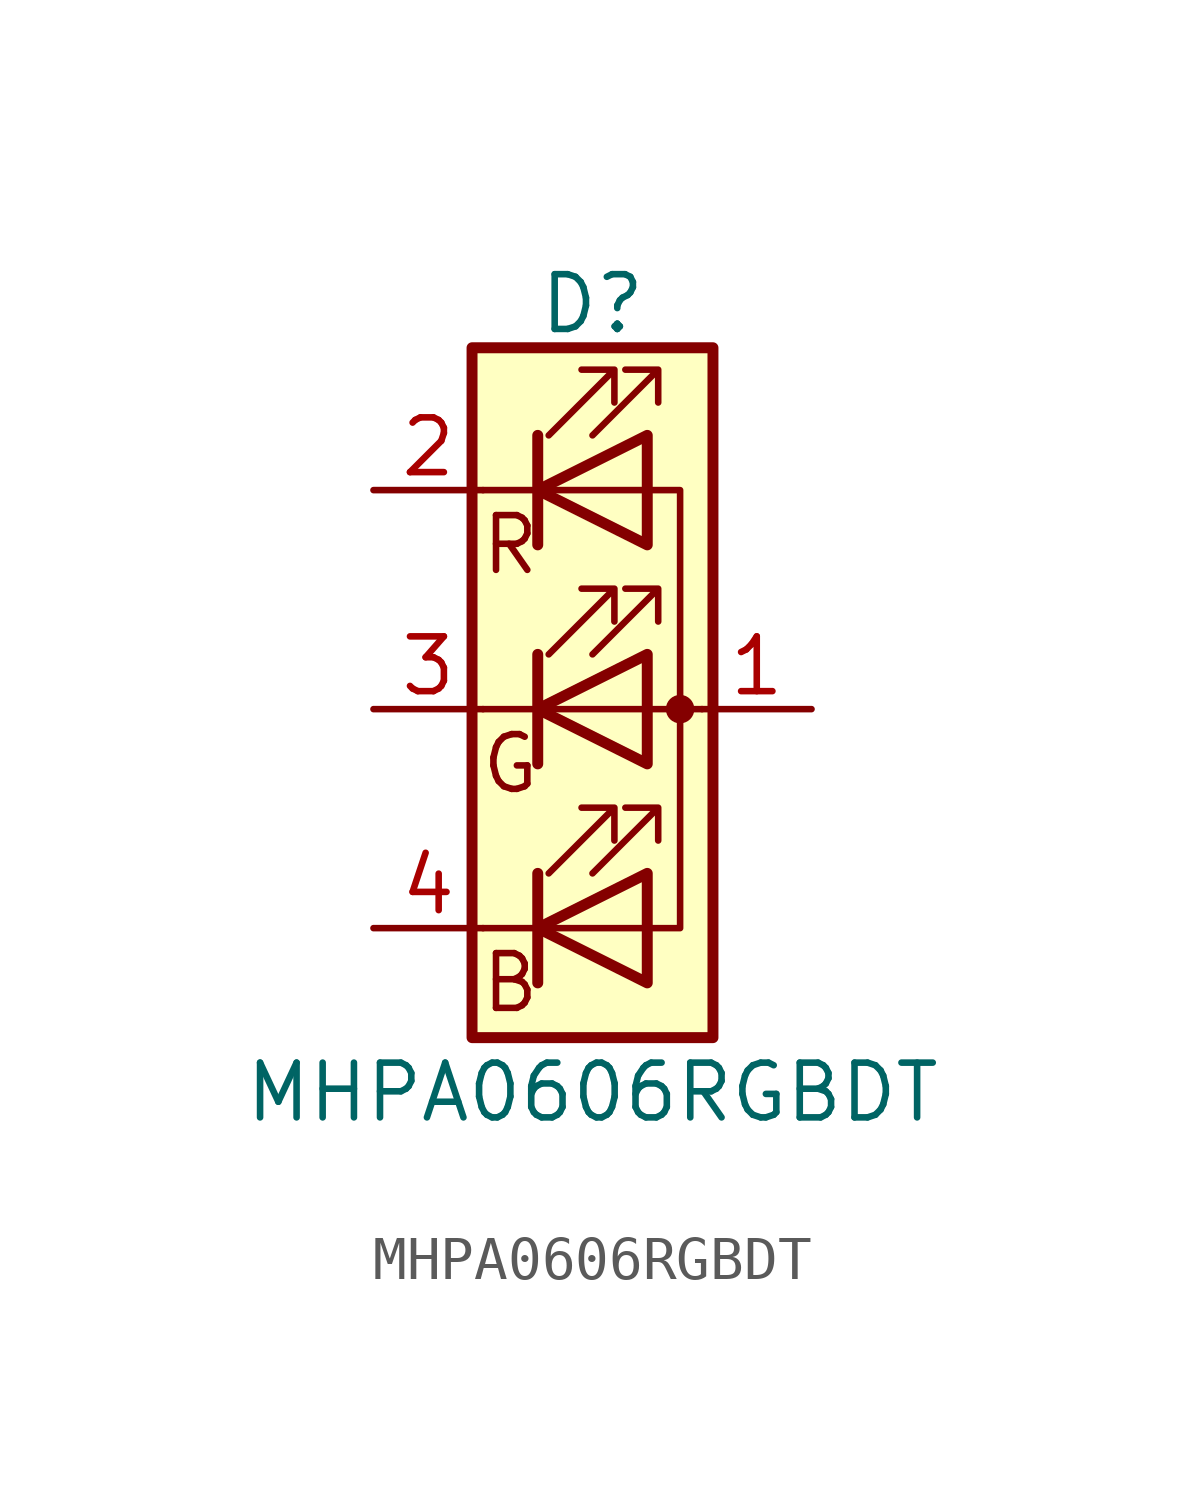
<source format=kicad_sym>
(kicad_symbol_lib
  (version 20211014)
  (generator kicad_symbol_editor)
  (symbol "MHPA0606RGBDT"
    (pin_names
      (offset 0) hide)
    (property "Reference" "D"
      (at 0 9.398 0)
      (effects (font (size 1.27 1.27))))
    (property "Value" "MHPA0606RGBDT"
      (at 0 -8.89 0)
      (effects (font (size 1.27 1.27))))
    (symbol "MHPA0606RGBDT_0_0"
      (text "B" (at -1.905 -6.35 0) (effects (font (size 1.27 1.27))))
      (text "G" (at -1.905 -1.27 0) (effects (font (size 1.27 1.27))))
      (text "R" (at -1.905 3.81 0) (effects (font (size 1.27 1.27)))))
    (symbol "MHPA0606RGBDT_0_1"
      (polyline (pts (xy -1.27 -5.08) (xy -2.54 -5.08)) (stroke (width 0) (type default) (color 0 0 0 0)) (fill (type none)))
      (polyline (pts (xy -1.27 -5.08) (xy 1.27 -5.08)) (stroke (width 0) (type default) (color 0 0 0 0)) (fill (type none)))
      (polyline (pts (xy -1.27 -3.81) (xy -1.27 -6.35)) (stroke (width 0.254) (type default) (color 0 0 0 0)) (fill (type none)))
      (polyline (pts (xy -1.27 0) (xy -2.54 0)) (stroke (width 0) (type default) (color 0 0 0 0)) (fill (type none)))
      (polyline (pts (xy -1.27 1.27) (xy -1.27 -1.27)) (stroke (width 0.254) (type default) (color 0 0 0 0)) (fill (type none)))
      (polyline (pts (xy -1.27 5.08) (xy -2.54 5.08)) (stroke (width 0) (type default) (color 0 0 0 0)) (fill (type none)))
      (polyline (pts (xy -1.27 5.08) (xy 1.27 5.08)) (stroke (width 0) (type default) (color 0 0 0 0)) (fill (type none)))
      (polyline (pts (xy -1.27 6.35) (xy -1.27 3.81)) (stroke (width 0.254) (type default) (color 0 0 0 0)) (fill (type none)))
      (polyline (pts (xy 1.27 0) (xy -1.27 0)) (stroke (width 0) (type default) (color 0 0 0 0)) (fill (type none)))
      (polyline (pts (xy 1.27 0) (xy 2.54 0)) (stroke (width 0) (type default) (color 0 0 0 0)) (fill (type none)))
      (polyline (pts (xy -1.27 1.27) (xy -1.27 -1.27) (xy -1.27 -1.27)) (stroke (width 0) (type default) (color 0 0 0 0)) (fill (type none)))
      (polyline (pts (xy -1.27 6.35) (xy -1.27 3.81) (xy -1.27 3.81)) (stroke (width 0) (type default) (color 0 0 0 0)) (fill (type none)))
      (polyline (pts (xy 1.27 -5.08) (xy 2.032 -5.08) (xy 2.032 5.08) (xy 1.27 5.08)) (stroke (width 0) (type default) (color 0 0 0 0)) (fill (type none)))
      (polyline (pts (xy 1.27 -3.81) (xy 1.27 -6.35) (xy -1.27 -5.08) (xy 1.27 -3.81)) (stroke (width 0.254) (type default) (color 0 0 0 0)) (fill (type none)))
      (polyline (pts (xy 1.27 1.27) (xy 1.27 -1.27) (xy -1.27 0) (xy 1.27 1.27)) (stroke (width 0.254) (type default) (color 0 0 0 0)) (fill (type none)))
      (polyline (pts (xy 1.27 6.35) (xy 1.27 3.81) (xy -1.27 5.08) (xy 1.27 6.35)) (stroke (width 0.254) (type default) (color 0 0 0 0)) (fill (type none)))
      (polyline (pts (xy -1.016 -3.81) (xy 0.508 -2.286) (xy -0.254 -2.286) (xy 0.508 -2.286) (xy 0.508 -3.048)) (stroke (width 0) (type default) (color 0 0 0 0)) (fill (type none)))
      (polyline (pts (xy -1.016 1.27) (xy 0.508 2.794) (xy -0.254 2.794) (xy 0.508 2.794) (xy 0.508 2.032)) (stroke (width 0) (type default) (color 0 0 0 0)) (fill (type none)))
      (polyline (pts (xy -1.016 6.35) (xy 0.508 7.874) (xy -0.254 7.874) (xy 0.508 7.874) (xy 0.508 7.112)) (stroke (width 0) (type default) (color 0 0 0 0)) (fill (type none)))
      (polyline (pts (xy 0 -3.81) (xy 1.524 -2.286) (xy 0.762 -2.286) (xy 1.524 -2.286) (xy 1.524 -3.048)) (stroke (width 0) (type default) (color 0 0 0 0)) (fill (type none)))
      (polyline (pts (xy 0 1.27) (xy 1.524 2.794) (xy 0.762 2.794) (xy 1.524 2.794) (xy 1.524 2.032)) (stroke (width 0) (type default) (color 0 0 0 0)) (fill (type none)))
      (polyline (pts (xy 0 6.35) (xy 1.524 7.874) (xy 0.762 7.874) (xy 1.524 7.874) (xy 1.524 7.112)) (stroke (width 0) (type default) (color 0 0 0 0)) (fill (type none)))
      (rectangle (start 1.27 -1.27) (end 1.27 1.27) (stroke (width 0) (type default) (color 0 0 0 0)) (fill (type none)))
      (rectangle (start 1.27 1.27) (end 1.27 1.27) (stroke (width 0) (type default) (color 0 0 0 0)) (fill (type none)))
      (rectangle (start 1.27 3.81) (end 1.27 6.35) (stroke (width 0) (type default) (color 0 0 0 0)) (fill (type none)))
      (rectangle (start 1.27 6.35) (end 1.27 6.35) (stroke (width 0) (type default) (color 0 0 0 0)) (fill (type none)))
      (circle (center 2.032 0) (radius 0.254) (stroke (width 0) (type default) (color 0 0 0 0)) (fill (type outline)))
      (rectangle (start 2.794 8.382) (end -2.794 -7.62) (stroke (width 0.254) (type default) (color 0 0 0 0)) (fill (type background))))
    (symbol "MHPA0606RGBDT_1_1"
      (pin passive line (at 5.08 0 180) (length 2.54) (name "A" (effects (font (size 1.27 1.27)))) (number "1" (effects (font (size 1.27 1.27)))))
      (pin passive line (at -5.08 5.08 0) (length 2.54) (name "RK" (effects (font (size 1.27 1.27)))) (number "2" (effects (font (size 1.27 1.27)))))
      (pin passive line (at -5.08 0 0) (length 2.54) (name "GK" (effects (font (size 1.27 1.27)))) (number "3" (effects (font (size 1.27 1.27)))))
      (pin passive line (at -5.08 -5.08 0) (length 2.54) (name "BK" (effects (font (size 1.27 1.27)))) (number "4" (effects (font (size 1.27 1.27))))))))
</source>
